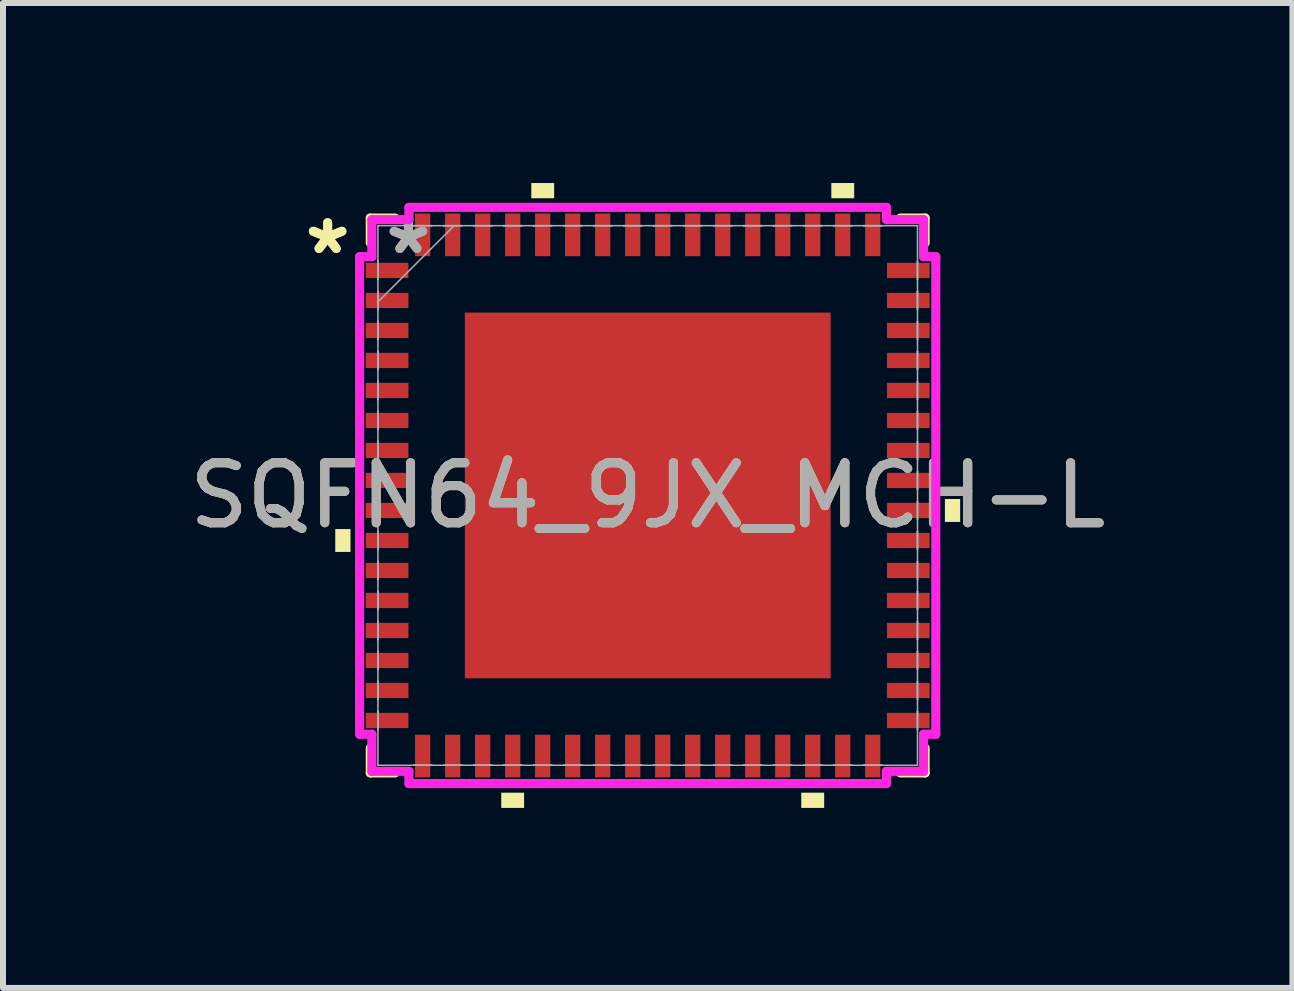
<source format=kicad_pcb>
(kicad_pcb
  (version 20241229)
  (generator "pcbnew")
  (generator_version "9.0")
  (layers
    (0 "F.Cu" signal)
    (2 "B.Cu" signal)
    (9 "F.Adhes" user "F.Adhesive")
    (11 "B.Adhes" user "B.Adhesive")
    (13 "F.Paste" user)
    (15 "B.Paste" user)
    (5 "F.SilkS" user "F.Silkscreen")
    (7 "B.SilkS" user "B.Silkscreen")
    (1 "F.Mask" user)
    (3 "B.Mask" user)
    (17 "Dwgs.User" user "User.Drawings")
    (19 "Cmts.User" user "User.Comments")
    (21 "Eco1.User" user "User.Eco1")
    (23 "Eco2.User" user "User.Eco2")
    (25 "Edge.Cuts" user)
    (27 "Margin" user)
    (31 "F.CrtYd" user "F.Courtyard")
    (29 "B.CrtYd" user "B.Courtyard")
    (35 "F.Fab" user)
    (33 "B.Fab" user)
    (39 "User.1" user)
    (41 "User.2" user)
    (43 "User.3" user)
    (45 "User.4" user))
  (footprint "SQFN64_9JX_MCH-L"
    (layer "F.Cu")
    (at 7.744 5.207)
    (property "Reference" "SQFN64_9JX_MCH-L" (at 0 0 0) (unlocked yes) (layer "F.SilkS") (effects (font (size 1 1) (thickness 0.15))))
    (attr smd)
    (fp_line (start -4.623 -4.623) (end -4.623 -4.21) (stroke (width 0.152) (type solid)) (layer "F.SilkS"))
    (fp_line (start -4.623 4.21) (end -4.623 4.623) (stroke (width 0.152) (type solid)) (layer "F.SilkS"))
    (fp_line (start -4.623 4.623) (end -4.21 4.623) (stroke (width 0.152) (type solid)) (layer "F.SilkS"))
    (fp_line (start -4.21 -4.623) (end -4.623 -4.623) (stroke (width 0.152) (type solid)) (layer "F.SilkS"))
    (fp_line (start 4.21 4.623) (end 4.623 4.623) (stroke (width 0.152) (type solid)) (layer "F.SilkS"))
    (fp_line (start 4.623 -4.623) (end 4.21 -4.623) (stroke (width 0.152) (type solid)) (layer "F.SilkS"))
    (fp_line (start 4.623 -4.21) (end 4.623 -4.623) (stroke (width 0.152) (type solid)) (layer "F.SilkS"))
    (fp_line (start 4.623 4.623) (end 4.623 4.21) (stroke (width 0.152) (type solid)) (layer "F.SilkS"))
    (fp_poly (pts (xy -5.207 0.56) (xy -5.207 0.941) (xy -4.953 0.941) (xy -4.953 0.56)) (stroke (width 0) (type solid)) (fill yes) (layer "F.SilkS"))
    (fp_poly (pts (xy -2.441 4.953) (xy -2.441 5.207) (xy -2.06 5.207) (xy -2.06 4.953)) (stroke (width 0) (type solid)) (fill yes) (layer "F.SilkS"))
    (fp_poly (pts (xy -1.94 -4.953) (xy -1.94 -5.207) (xy -1.559 -5.207) (xy -1.559 -4.953)) (stroke (width 0) (type solid)) (fill yes) (layer "F.SilkS"))
    (fp_poly (pts (xy 2.559 4.953) (xy 2.559 5.207) (xy 2.941 5.207) (xy 2.941 4.953)) (stroke (width 0) (type solid)) (fill yes) (layer "F.SilkS"))
    (fp_poly (pts (xy 3.06 -4.953) (xy 3.06 -5.207) (xy 3.441 -5.207) (xy 3.441 -4.953)) (stroke (width 0) (type solid)) (fill yes) (layer "F.SilkS"))
    (fp_poly (pts (xy 5.207 0.059) (xy 5.207 0.441) (xy 4.953 0.441) (xy 4.953 0.059)) (stroke (width 0) (type solid)) (fill yes) (layer "F.SilkS"))
    (fp_poly (pts (xy -2.948 -2.948) (xy -2.948 -1.624) (xy -1.624 -1.624) (xy -1.624 -2.948)) (stroke (width 0) (type solid)) (fill yes) (layer "F.Paste"))
    (fp_poly (pts (xy -2.948 -1.424) (xy -2.948 -0.1) (xy -1.624 -0.1) (xy -1.624 -1.424)) (stroke (width 0) (type solid)) (fill yes) (layer "F.Paste"))
    (fp_poly (pts (xy -2.948 0.1) (xy -2.948 1.424) (xy -1.624 1.424) (xy -1.624 0.1)) (stroke (width 0) (type solid)) (fill yes) (layer "F.Paste"))
    (fp_poly (pts (xy -2.948 1.624) (xy -2.948 2.948) (xy -1.624 2.948) (xy -1.624 1.624)) (stroke (width 0) (type solid)) (fill yes) (layer "F.Paste"))
    (fp_poly (pts (xy -1.424 -2.948) (xy -1.424 -1.624) (xy -0.1 -1.624) (xy -0.1 -2.948)) (stroke (width 0) (type solid)) (fill yes) (layer "F.Paste"))
    (fp_poly (pts (xy -1.424 -1.424) (xy -1.424 -0.1) (xy -0.1 -0.1) (xy -0.1 -1.424)) (stroke (width 0) (type solid)) (fill yes) (layer "F.Paste"))
    (fp_poly (pts (xy -1.424 0.1) (xy -1.424 1.424) (xy -0.1 1.424) (xy -0.1 0.1)) (stroke (width 0) (type solid)) (fill yes) (layer "F.Paste"))
    (fp_poly (pts (xy -1.424 1.624) (xy -1.424 2.948) (xy -0.1 2.948) (xy -0.1 1.624)) (stroke (width 0) (type solid)) (fill yes) (layer "F.Paste"))
    (fp_poly (pts (xy 0.1 -2.948) (xy 0.1 -1.624) (xy 1.424 -1.624) (xy 1.424 -2.948)) (stroke (width 0) (type solid)) (fill yes) (layer "F.Paste"))
    (fp_poly (pts (xy 0.1 -1.424) (xy 0.1 -0.1) (xy 1.424 -0.1) (xy 1.424 -1.424)) (stroke (width 0) (type solid)) (fill yes) (layer "F.Paste"))
    (fp_poly (pts (xy 0.1 0.1) (xy 0.1 1.424) (xy 1.424 1.424) (xy 1.424 0.1)) (stroke (width 0) (type solid)) (fill yes) (layer "F.Paste"))
    (fp_poly (pts (xy 0.1 1.624) (xy 0.1 2.948) (xy 1.424 2.948) (xy 1.424 1.624)) (stroke (width 0) (type solid)) (fill yes) (layer "F.Paste"))
    (fp_poly (pts (xy 1.624 -2.948) (xy 1.624 -1.624) (xy 2.948 -1.624) (xy 2.948 -2.948)) (stroke (width 0) (type solid)) (fill yes) (layer "F.Paste"))
    (fp_poly (pts (xy 1.624 -1.424) (xy 1.624 -0.1) (xy 2.948 -0.1) (xy 2.948 -1.424)) (stroke (width 0) (type solid)) (fill yes) (layer "F.Paste"))
    (fp_poly (pts (xy 1.624 0.1) (xy 1.624 1.424) (xy 2.948 1.424) (xy 2.948 0.1)) (stroke (width 0) (type solid)) (fill yes) (layer "F.Paste"))
    (fp_poly (pts (xy 1.624 1.624) (xy 1.624 2.948) (xy 2.948 2.948) (xy 2.948 1.624)) (stroke (width 0) (type solid)) (fill yes) (layer "F.Paste"))
    (fp_line (start -4.801 -3.979) (end -4.597 -3.979) (stroke (width 0.152) (type solid)) (layer "F.CrtYd"))
    (fp_line (start -4.801 3.979) (end -4.801 -3.979) (stroke (width 0.152) (type solid)) (layer "F.CrtYd"))
    (fp_line (start -4.597 -4.597) (end -3.979 -4.597) (stroke (width 0.152) (type solid)) (layer "F.CrtYd"))
    (fp_line (start -4.597 -3.979) (end -4.597 -4.597) (stroke (width 0.152) (type solid)) (layer "F.CrtYd"))
    (fp_line (start -4.597 3.979) (end -4.801 3.979) (stroke (width 0.152) (type solid)) (layer "F.CrtYd"))
    (fp_line (start -4.597 4.597) (end -4.597 3.979) (stroke (width 0.152) (type solid)) (layer "F.CrtYd"))
    (fp_line (start -3.979 -4.801) (end 3.979 -4.801) (stroke (width 0.152) (type solid)) (layer "F.CrtYd"))
    (fp_line (start -3.979 -4.597) (end -3.979 -4.801) (stroke (width 0.152) (type solid)) (layer "F.CrtYd"))
    (fp_line (start -3.979 4.597) (end -4.597 4.597) (stroke (width 0.152) (type solid)) (layer "F.CrtYd"))
    (fp_line (start -3.979 4.801) (end -3.979 4.597) (stroke (width 0.152) (type solid)) (layer "F.CrtYd"))
    (fp_line (start 3.979 -4.801) (end 3.979 -4.597) (stroke (width 0.152) (type solid)) (layer "F.CrtYd"))
    (fp_line (start 3.979 -4.597) (end 4.597 -4.597) (stroke (width 0.152) (type solid)) (layer "F.CrtYd"))
    (fp_line (start 3.979 4.597) (end 3.979 4.801) (stroke (width 0.152) (type solid)) (layer "F.CrtYd"))
    (fp_line (start 3.979 4.801) (end -3.979 4.801) (stroke (width 0.152) (type solid)) (layer "F.CrtYd"))
    (fp_line (start 4.597 -4.597) (end 4.597 -3.979) (stroke (width 0.152) (type solid)) (layer "F.CrtYd"))
    (fp_line (start 4.597 -3.979) (end 4.801 -3.979) (stroke (width 0.152) (type solid)) (layer "F.CrtYd"))
    (fp_line (start 4.597 3.979) (end 4.597 4.597) (stroke (width 0.152) (type solid)) (layer "F.CrtYd"))
    (fp_line (start 4.597 4.597) (end 3.979 4.597) (stroke (width 0.152) (type solid)) (layer "F.CrtYd"))
    (fp_line (start 4.801 -3.979) (end 4.801 3.979) (stroke (width 0.152) (type solid)) (layer "F.CrtYd"))
    (fp_line (start 4.801 3.979) (end 4.597 3.979) (stroke (width 0.152) (type solid)) (layer "F.CrtYd"))
    (fp_line (start -4.496 -4.496) (end -4.496 -4.496) (stroke (width 0.025) (type solid)) (layer "F.Fab"))
    (fp_line (start -4.496 -4.496) (end -4.496 4.496) (stroke (width 0.025) (type solid)) (layer "F.Fab"))
    (fp_line (start -4.496 -3.902) (end -4.496 -3.902) (stroke (width 0.025) (type solid)) (layer "F.Fab"))
    (fp_line (start -4.496 -3.902) (end -4.496 -3.598) (stroke (width 0.025) (type solid)) (layer "F.Fab"))
    (fp_line (start -4.496 -3.598) (end -4.496 -3.902) (stroke (width 0.025) (type solid)) (layer "F.Fab"))
    (fp_line (start -4.496 -3.598) (end -4.496 -3.598) (stroke (width 0.025) (type solid)) (layer "F.Fab"))
    (fp_line (start -4.496 -3.402) (end -4.496 -3.402) (stroke (width 0.025) (type solid)) (layer "F.Fab"))
    (fp_line (start -4.496 -3.402) (end -4.496 -3.098) (stroke (width 0.025) (type solid)) (layer "F.Fab"))
    (fp_line (start -4.496 -3.226) (end -3.226 -4.496) (stroke (width 0.025) (type solid)) (layer "F.Fab"))
    (fp_line (start -4.496 -3.098) (end -4.496 -3.402) (stroke (width 0.025) (type solid)) (layer "F.Fab"))
    (fp_line (start -4.496 -3.098) (end -4.496 -3.098) (stroke (width 0.025) (type solid)) (layer "F.Fab"))
    (fp_line (start -4.496 -2.902) (end -4.496 -2.902) (stroke (width 0.025) (type solid)) (layer "F.Fab"))
    (fp_line (start -4.496 -2.902) (end -4.496 -2.598) (stroke (width 0.025) (type solid)) (layer "F.Fab"))
    (fp_line (start -4.496 -2.598) (end -4.496 -2.902) (stroke (width 0.025) (type solid)) (layer "F.Fab"))
    (fp_line (start -4.496 -2.598) (end -4.496 -2.598) (stroke (width 0.025) (type solid)) (layer "F.Fab"))
    (fp_line (start -4.496 -2.402) (end -4.496 -2.402) (stroke (width 0.025) (type solid)) (layer "F.Fab"))
    (fp_line (start -4.496 -2.402) (end -4.496 -2.098) (stroke (width 0.025) (type solid)) (layer "F.Fab"))
    (fp_line (start -4.496 -2.098) (end -4.496 -2.402) (stroke (width 0.025) (type solid)) (layer "F.Fab"))
    (fp_line (start -4.496 -2.098) (end -4.496 -2.098) (stroke (width 0.025) (type solid)) (layer "F.Fab"))
    (fp_line (start -4.496 -1.902) (end -4.496 -1.902) (stroke (width 0.025) (type solid)) (layer "F.Fab"))
    (fp_line (start -4.496 -1.902) (end -4.496 -1.598) (stroke (width 0.025) (type solid)) (layer "F.Fab"))
    (fp_line (start -4.496 -1.598) (end -4.496 -1.902) (stroke (width 0.025) (type solid)) (layer "F.Fab"))
    (fp_line (start -4.496 -1.598) (end -4.496 -1.598) (stroke (width 0.025) (type solid)) (layer "F.Fab"))
    (fp_line (start -4.496 -1.402) (end -4.496 -1.402) (stroke (width 0.025) (type solid)) (layer "F.Fab"))
    (fp_line (start -4.496 -1.402) (end -4.496 -1.098) (stroke (width 0.025) (type solid)) (layer "F.Fab"))
    (fp_line (start -4.496 -1.098) (end -4.496 -1.402) (stroke (width 0.025) (type solid)) (layer "F.Fab"))
    (fp_line (start -4.496 -1.098) (end -4.496 -1.098) (stroke (width 0.025) (type solid)) (layer "F.Fab"))
    (fp_line (start -4.496 -0.902) (end -4.496 -0.902) (stroke (width 0.025) (type solid)) (layer "F.Fab"))
    (fp_line (start -4.496 -0.902) (end -4.496 -0.598) (stroke (width 0.025) (type solid)) (layer "F.Fab"))
    (fp_line (start -4.496 -0.598) (end -4.496 -0.902) (stroke (width 0.025) (type solid)) (layer "F.Fab"))
    (fp_line (start -4.496 -0.598) (end -4.496 -0.598) (stroke (width 0.025) (type solid)) (layer "F.Fab"))
    (fp_line (start -4.496 -0.402) (end -4.496 -0.402) (stroke (width 0.025) (type solid)) (layer "F.Fab"))
    (fp_line (start -4.496 -0.402) (end -4.496 -0.098) (stroke (width 0.025) (type solid)) (layer "F.Fab"))
    (fp_line (start -4.496 -0.098) (end -4.496 -0.402) (stroke (width 0.025) (type solid)) (layer "F.Fab"))
    (fp_line (start -4.496 -0.098) (end -4.496 -0.098) (stroke (width 0.025) (type solid)) (layer "F.Fab"))
    (fp_line (start -4.496 0.098) (end -4.496 0.098) (stroke (width 0.025) (type solid)) (layer "F.Fab"))
    (fp_line (start -4.496 0.098) (end -4.496 0.402) (stroke (width 0.025) (type solid)) (layer "F.Fab"))
    (fp_line (start -4.496 0.402) (end -4.496 0.098) (stroke (width 0.025) (type solid)) (layer "F.Fab"))
    (fp_line (start -4.496 0.402) (end -4.496 0.402) (stroke (width 0.025) (type solid)) (layer "F.Fab"))
    (fp_line (start -4.496 0.598) (end -4.496 0.598) (stroke (width 0.025) (type solid)) (layer "F.Fab"))
    (fp_line (start -4.496 0.598) (end -4.496 0.902) (stroke (width 0.025) (type solid)) (layer "F.Fab"))
    (fp_line (start -4.496 0.902) (end -4.496 0.598) (stroke (width 0.025) (type solid)) (layer "F.Fab"))
    (fp_line (start -4.496 0.902) (end -4.496 0.902) (stroke (width 0.025) (type solid)) (layer "F.Fab"))
    (fp_line (start -4.496 1.098) (end -4.496 1.098) (stroke (width 0.025) (type solid)) (layer "F.Fab"))
    (fp_line (start -4.496 1.098) (end -4.496 1.402) (stroke (width 0.025) (type solid)) (layer "F.Fab"))
    (fp_line (start -4.496 1.402) (end -4.496 1.098) (stroke (width 0.025) (type solid)) (layer "F.Fab"))
    (fp_line (start -4.496 1.402) (end -4.496 1.402) (stroke (width 0.025) (type solid)) (layer "F.Fab"))
    (fp_line (start -4.496 1.598) (end -4.496 1.598) (stroke (width 0.025) (type solid)) (layer "F.Fab"))
    (fp_line (start -4.496 1.598) (end -4.496 1.902) (stroke (width 0.025) (type solid)) (layer "F.Fab"))
    (fp_line (start -4.496 1.902) (end -4.496 1.598) (stroke (width 0.025) (type solid)) (layer "F.Fab"))
    (fp_line (start -4.496 1.902) (end -4.496 1.902) (stroke (width 0.025) (type solid)) (layer "F.Fab"))
    (fp_line (start -4.496 2.098) (end -4.496 2.098) (stroke (width 0.025) (type solid)) (layer "F.Fab"))
    (fp_line (start -4.496 2.098) (end -4.496 2.402) (stroke (width 0.025) (type solid)) (layer "F.Fab"))
    (fp_line (start -4.496 2.402) (end -4.496 2.098) (stroke (width 0.025) (type solid)) (layer "F.Fab"))
    (fp_line (start -4.496 2.402) (end -4.496 2.402) (stroke (width 0.025) (type solid)) (layer "F.Fab"))
    (fp_line (start -4.496 2.598) (end -4.496 2.598) (stroke (width 0.025) (type solid)) (layer "F.Fab"))
    (fp_line (start -4.496 2.598) (end -4.496 2.902) (stroke (width 0.025) (type solid)) (layer "F.Fab"))
    (fp_line (start -4.496 2.902) (end -4.496 2.598) (stroke (width 0.025) (type solid)) (layer "F.Fab"))
    (fp_line (start -4.496 2.902) (end -4.496 2.902) (stroke (width 0.025) (type solid)) (layer "F.Fab"))
    (fp_line (start -4.496 3.098) (end -4.496 3.098) (stroke (width 0.025) (type solid)) (layer "F.Fab"))
    (fp_line (start -4.496 3.098) (end -4.496 3.402) (stroke (width 0.025) (type solid)) (layer "F.Fab"))
    (fp_line (start -4.496 3.402) (end -4.496 3.098) (stroke (width 0.025) (type solid)) (layer "F.Fab"))
    (fp_line (start -4.496 3.402) (end -4.496 3.402) (stroke (width 0.025) (type solid)) (layer "F.Fab"))
    (fp_line (start -4.496 3.598) (end -4.496 3.598) (stroke (width 0.025) (type solid)) (layer "F.Fab"))
    (fp_line (start -4.496 3.598) (end -4.496 3.902) (stroke (width 0.025) (type solid)) (layer "F.Fab"))
    (fp_line (start -4.496 3.902) (end -4.496 3.598) (stroke (width 0.025) (type solid)) (layer "F.Fab"))
    (fp_line (start -4.496 3.902) (end -4.496 3.902) (stroke (width 0.025) (type solid)) (layer "F.Fab"))
    (fp_line (start -4.496 4.496) (end -4.496 4.496) (stroke (width 0.025) (type solid)) (layer "F.Fab"))
    (fp_line (start -4.496 4.496) (end 4.496 4.496) (stroke (width 0.025) (type solid)) (layer "F.Fab"))
    (fp_line (start -3.902 -4.496) (end -3.902 -4.496) (stroke (width 0.025) (type solid)) (layer "F.Fab"))
    (fp_line (start -3.902 -4.496) (end -3.598 -4.496) (stroke (width 0.025) (type solid)) (layer "F.Fab"))
    (fp_line (start -3.902 4.496) (end -3.902 4.496) (stroke (width 0.025) (type solid)) (layer "F.Fab"))
    (fp_line (start -3.902 4.496) (end -3.598 4.496) (stroke (width 0.025) (type solid)) (layer "F.Fab"))
    (fp_line (start -3.598 -4.496) (end -3.902 -4.496) (stroke (width 0.025) (type solid)) (layer "F.Fab"))
    (fp_line (start -3.598 -4.496) (end -3.598 -4.496) (stroke (width 0.025) (type solid)) (layer "F.Fab"))
    (fp_line (start -3.598 4.496) (end -3.902 4.496) (stroke (width 0.025) (type solid)) (layer "F.Fab"))
    (fp_line (start -3.598 4.496) (end -3.598 4.496) (stroke (width 0.025) (type solid)) (layer "F.Fab"))
    (fp_line (start -3.402 -4.496) (end -3.402 -4.496) (stroke (width 0.025) (type solid)) (layer "F.Fab"))
    (fp_line (start -3.402 -4.496) (end -3.098 -4.496) (stroke (width 0.025) (type solid)) (layer "F.Fab"))
    (fp_line (start -3.402 4.496) (end -3.402 4.496) (stroke (width 0.025) (type solid)) (layer "F.Fab"))
    (fp_line (start -3.402 4.496) (end -3.098 4.496) (stroke (width 0.025) (type solid)) (layer "F.Fab"))
    (fp_line (start -3.098 -4.496) (end -3.402 -4.496) (stroke (width 0.025) (type solid)) (layer "F.Fab"))
    (fp_line (start -3.098 -4.496) (end -3.098 -4.496) (stroke (width 0.025) (type solid)) (layer "F.Fab"))
    (fp_line (start -3.098 4.496) (end -3.402 4.496) (stroke (width 0.025) (type solid)) (layer "F.Fab"))
    (fp_line (start -3.098 4.496) (end -3.098 4.496) (stroke (width 0.025) (type solid)) (layer "F.Fab"))
    (fp_line (start -2.902 -4.496) (end -2.902 -4.496) (stroke (width 0.025) (type solid)) (layer "F.Fab"))
    (fp_line (start -2.902 -4.496) (end -2.598 -4.496) (stroke (width 0.025) (type solid)) (layer "F.Fab"))
    (fp_line (start -2.902 4.496) (end -2.902 4.496) (stroke (width 0.025) (type solid)) (layer "F.Fab"))
    (fp_line (start -2.902 4.496) (end -2.598 4.496) (stroke (width 0.025) (type solid)) (layer "F.Fab"))
    (fp_line (start -2.598 -4.496) (end -2.902 -4.496) (stroke (width 0.025) (type solid)) (layer "F.Fab"))
    (fp_line (start -2.598 -4.496) (end -2.598 -4.496) (stroke (width 0.025) (type solid)) (layer "F.Fab"))
    (fp_line (start -2.598 4.496) (end -2.902 4.496) (stroke (width 0.025) (type solid)) (layer "F.Fab"))
    (fp_line (start -2.598 4.496) (end -2.598 4.496) (stroke (width 0.025) (type solid)) (layer "F.Fab"))
    (fp_line (start -2.402 -4.496) (end -2.402 -4.496) (stroke (width 0.025) (type solid)) (layer "F.Fab"))
    (fp_line (start -2.402 -4.496) (end -2.098 -4.496) (stroke (width 0.025) (type solid)) (layer "F.Fab"))
    (fp_line (start -2.402 4.496) (end -2.402 4.496) (stroke (width 0.025) (type solid)) (layer "F.Fab"))
    (fp_line (start -2.402 4.496) (end -2.098 4.496) (stroke (width 0.025) (type solid)) (layer "F.Fab"))
    (fp_line (start -2.098 -4.496) (end -2.402 -4.496) (stroke (width 0.025) (type solid)) (layer "F.Fab"))
    (fp_line (start -2.098 -4.496) (end -2.098 -4.496) (stroke (width 0.025) (type solid)) (layer "F.Fab"))
    (fp_line (start -2.098 4.496) (end -2.402 4.496) (stroke (width 0.025) (type solid)) (layer "F.Fab"))
    (fp_line (start -2.098 4.496) (end -2.098 4.496) (stroke (width 0.025) (type solid)) (layer "F.Fab"))
    (fp_line (start -1.902 -4.496) (end -1.902 -4.496) (stroke (width 0.025) (type solid)) (layer "F.Fab"))
    (fp_line (start -1.902 -4.496) (end -1.598 -4.496) (stroke (width 0.025) (type solid)) (layer "F.Fab"))
    (fp_line (start -1.902 4.496) (end -1.902 4.496) (stroke (width 0.025) (type solid)) (layer "F.Fab"))
    (fp_line (start -1.902 4.496) (end -1.598 4.496) (stroke (width 0.025) (type solid)) (layer "F.Fab"))
    (fp_line (start -1.598 -4.496) (end -1.902 -4.496) (stroke (width 0.025) (type solid)) (layer "F.Fab"))
    (fp_line (start -1.598 -4.496) (end -1.598 -4.496) (stroke (width 0.025) (type solid)) (layer "F.Fab"))
    (fp_line (start -1.598 4.496) (end -1.902 4.496) (stroke (width 0.025) (type solid)) (layer "F.Fab"))
    (fp_line (start -1.598 4.496) (end -1.598 4.496) (stroke (width 0.025) (type solid)) (layer "F.Fab"))
    (fp_line (start -1.402 -4.496) (end -1.402 -4.496) (stroke (width 0.025) (type solid)) (layer "F.Fab"))
    (fp_line (start -1.402 -4.496) (end -1.098 -4.496) (stroke (width 0.025) (type solid)) (layer "F.Fab"))
    (fp_line (start -1.402 4.496) (end -1.402 4.496) (stroke (width 0.025) (type solid)) (layer "F.Fab"))
    (fp_line (start -1.402 4.496) (end -1.098 4.496) (stroke (width 0.025) (type solid)) (layer "F.Fab"))
    (fp_line (start -1.098 -4.496) (end -1.402 -4.496) (stroke (width 0.025) (type solid)) (layer "F.Fab"))
    (fp_line (start -1.098 -4.496) (end -1.098 -4.496) (stroke (width 0.025) (type solid)) (layer "F.Fab"))
    (fp_line (start -1.098 4.496) (end -1.402 4.496) (stroke (width 0.025) (type solid)) (layer "F.Fab"))
    (fp_line (start -1.098 4.496) (end -1.098 4.496) (stroke (width 0.025) (type solid)) (layer "F.Fab"))
    (fp_line (start -0.902 -4.496) (end -0.902 -4.496) (stroke (width 0.025) (type solid)) (layer "F.Fab"))
    (fp_line (start -0.902 -4.496) (end -0.598 -4.496) (stroke (width 0.025) (type solid)) (layer "F.Fab"))
    (fp_line (start -0.902 4.496) (end -0.902 4.496) (stroke (width 0.025) (type solid)) (layer "F.Fab"))
    (fp_line (start -0.902 4.496) (end -0.598 4.496) (stroke (width 0.025) (type solid)) (layer "F.Fab"))
    (fp_line (start -0.598 -4.496) (end -0.902 -4.496) (stroke (width 0.025) (type solid)) (layer "F.Fab"))
    (fp_line (start -0.598 -4.496) (end -0.598 -4.496) (stroke (width 0.025) (type solid)) (layer "F.Fab"))
    (fp_line (start -0.598 4.496) (end -0.902 4.496) (stroke (width 0.025) (type solid)) (layer "F.Fab"))
    (fp_line (start -0.598 4.496) (end -0.598 4.496) (stroke (width 0.025) (type solid)) (layer "F.Fab"))
    (fp_line (start -0.402 -4.496) (end -0.402 -4.496) (stroke (width 0.025) (type solid)) (layer "F.Fab"))
    (fp_line (start -0.402 -4.496) (end -0.098 -4.496) (stroke (width 0.025) (type solid)) (layer "F.Fab"))
    (fp_line (start -0.402 4.496) (end -0.402 4.496) (stroke (width 0.025) (type solid)) (layer "F.Fab"))
    (fp_line (start -0.402 4.496) (end -0.098 4.496) (stroke (width 0.025) (type solid)) (layer "F.Fab"))
    (fp_line (start -0.098 -4.496) (end -0.402 -4.496) (stroke (width 0.025) (type solid)) (layer "F.Fab"))
    (fp_line (start -0.098 -4.496) (end -0.098 -4.496) (stroke (width 0.025) (type solid)) (layer "F.Fab"))
    (fp_line (start -0.098 4.496) (end -0.402 4.496) (stroke (width 0.025) (type solid)) (layer "F.Fab"))
    (fp_line (start -0.098 4.496) (end -0.098 4.496) (stroke (width 0.025) (type solid)) (layer "F.Fab"))
    (fp_line (start 0.098 -4.496) (end 0.098 -4.496) (stroke (width 0.025) (type solid)) (layer "F.Fab"))
    (fp_line (start 0.098 -4.496) (end 0.402 -4.496) (stroke (width 0.025) (type solid)) (layer "F.Fab"))
    (fp_line (start 0.098 4.496) (end 0.098 4.496) (stroke (width 0.025) (type solid)) (layer "F.Fab"))
    (fp_line (start 0.098 4.496) (end 0.402 4.496) (stroke (width 0.025) (type solid)) (layer "F.Fab"))
    (fp_line (start 0.402 -4.496) (end 0.098 -4.496) (stroke (width 0.025) (type solid)) (layer "F.Fab"))
    (fp_line (start 0.402 -4.496) (end 0.402 -4.496) (stroke (width 0.025) (type solid)) (layer "F.Fab"))
    (fp_line (start 0.402 4.496) (end 0.098 4.496) (stroke (width 0.025) (type solid)) (layer "F.Fab"))
    (fp_line (start 0.402 4.496) (end 0.402 4.496) (stroke (width 0.025) (type solid)) (layer "F.Fab"))
    (fp_line (start 0.598 -4.496) (end 0.598 -4.496) (stroke (width 0.025) (type solid)) (layer "F.Fab"))
    (fp_line (start 0.598 -4.496) (end 0.902 -4.496) (stroke (width 0.025) (type solid)) (layer "F.Fab"))
    (fp_line (start 0.598 4.496) (end 0.598 4.496) (stroke (width 0.025) (type solid)) (layer "F.Fab"))
    (fp_line (start 0.598 4.496) (end 0.902 4.496) (stroke (width 0.025) (type solid)) (layer "F.Fab"))
    (fp_line (start 0.902 -4.496) (end 0.598 -4.496) (stroke (width 0.025) (type solid)) (layer "F.Fab"))
    (fp_line (start 0.902 -4.496) (end 0.902 -4.496) (stroke (width 0.025) (type solid)) (layer "F.Fab"))
    (fp_line (start 0.902 4.496) (end 0.598 4.496) (stroke (width 0.025) (type solid)) (layer "F.Fab"))
    (fp_line (start 0.902 4.496) (end 0.902 4.496) (stroke (width 0.025) (type solid)) (layer "F.Fab"))
    (fp_line (start 1.098 -4.496) (end 1.098 -4.496) (stroke (width 0.025) (type solid)) (layer "F.Fab"))
    (fp_line (start 1.098 -4.496) (end 1.402 -4.496) (stroke (width 0.025) (type solid)) (layer "F.Fab"))
    (fp_line (start 1.098 4.496) (end 1.098 4.496) (stroke (width 0.025) (type solid)) (layer "F.Fab"))
    (fp_line (start 1.098 4.496) (end 1.402 4.496) (stroke (width 0.025) (type solid)) (layer "F.Fab"))
    (fp_line (start 1.402 -4.496) (end 1.098 -4.496) (stroke (width 0.025) (type solid)) (layer "F.Fab"))
    (fp_line (start 1.402 -4.496) (end 1.402 -4.496) (stroke (width 0.025) (type solid)) (layer "F.Fab"))
    (fp_line (start 1.402 4.496) (end 1.098 4.496) (stroke (width 0.025) (type solid)) (layer "F.Fab"))
    (fp_line (start 1.402 4.496) (end 1.402 4.496) (stroke (width 0.025) (type solid)) (layer "F.Fab"))
    (fp_line (start 1.598 -4.496) (end 1.598 -4.496) (stroke (width 0.025) (type solid)) (layer "F.Fab"))
    (fp_line (start 1.598 -4.496) (end 1.902 -4.496) (stroke (width 0.025) (type solid)) (layer "F.Fab"))
    (fp_line (start 1.598 4.496) (end 1.598 4.496) (stroke (width 0.025) (type solid)) (layer "F.Fab"))
    (fp_line (start 1.598 4.496) (end 1.902 4.496) (stroke (width 0.025) (type solid)) (layer "F.Fab"))
    (fp_line (start 1.902 -4.496) (end 1.598 -4.496) (stroke (width 0.025) (type solid)) (layer "F.Fab"))
    (fp_line (start 1.902 -4.496) (end 1.902 -4.496) (stroke (width 0.025) (type solid)) (layer "F.Fab"))
    (fp_line (start 1.902 4.496) (end 1.598 4.496) (stroke (width 0.025) (type solid)) (layer "F.Fab"))
    (fp_line (start 1.902 4.496) (end 1.902 4.496) (stroke (width 0.025) (type solid)) (layer "F.Fab"))
    (fp_line (start 2.098 -4.496) (end 2.098 -4.496) (stroke (width 0.025) (type solid)) (layer "F.Fab"))
    (fp_line (start 2.098 -4.496) (end 2.402 -4.496) (stroke (width 0.025) (type solid)) (layer "F.Fab"))
    (fp_line (start 2.098 4.496) (end 2.098 4.496) (stroke (width 0.025) (type solid)) (layer "F.Fab"))
    (fp_line (start 2.098 4.496) (end 2.402 4.496) (stroke (width 0.025) (type solid)) (layer "F.Fab"))
    (fp_line (start 2.402 -4.496) (end 2.098 -4.496) (stroke (width 0.025) (type solid)) (layer "F.Fab"))
    (fp_line (start 2.402 -4.496) (end 2.402 -4.496) (stroke (width 0.025) (type solid)) (layer "F.Fab"))
    (fp_line (start 2.402 4.496) (end 2.098 4.496) (stroke (width 0.025) (type solid)) (layer "F.Fab"))
    (fp_line (start 2.402 4.496) (end 2.402 4.496) (stroke (width 0.025) (type solid)) (layer "F.Fab"))
    (fp_line (start 2.598 -4.496) (end 2.598 -4.496) (stroke (width 0.025) (type solid)) (layer "F.Fab"))
    (fp_line (start 2.598 -4.496) (end 2.902 -4.496) (stroke (width 0.025) (type solid)) (layer "F.Fab"))
    (fp_line (start 2.598 4.496) (end 2.598 4.496) (stroke (width 0.025) (type solid)) (layer "F.Fab"))
    (fp_line (start 2.598 4.496) (end 2.902 4.496) (stroke (width 0.025) (type solid)) (layer "F.Fab"))
    (fp_line (start 2.902 -4.496) (end 2.598 -4.496) (stroke (width 0.025) (type solid)) (layer "F.Fab"))
    (fp_line (start 2.902 -4.496) (end 2.902 -4.496) (stroke (width 0.025) (type solid)) (layer "F.Fab"))
    (fp_line (start 2.902 4.496) (end 2.598 4.496) (stroke (width 0.025) (type solid)) (layer "F.Fab"))
    (fp_line (start 2.902 4.496) (end 2.902 4.496) (stroke (width 0.025) (type solid)) (layer "F.Fab"))
    (fp_line (start 3.098 -4.496) (end 3.098 -4.496) (stroke (width 0.025) (type solid)) (layer "F.Fab"))
    (fp_line (start 3.098 -4.496) (end 3.402 -4.496) (stroke (width 0.025) (type solid)) (layer "F.Fab"))
    (fp_line (start 3.098 4.496) (end 3.098 4.496) (stroke (width 0.025) (type solid)) (layer "F.Fab"))
    (fp_line (start 3.098 4.496) (end 3.402 4.496) (stroke (width 0.025) (type solid)) (layer "F.Fab"))
    (fp_line (start 3.402 -4.496) (end 3.098 -4.496) (stroke (width 0.025) (type solid)) (layer "F.Fab"))
    (fp_line (start 3.402 -4.496) (end 3.402 -4.496) (stroke (width 0.025) (type solid)) (layer "F.Fab"))
    (fp_line (start 3.402 4.496) (end 3.098 4.496) (stroke (width 0.025) (type solid)) (layer "F.Fab"))
    (fp_line (start 3.402 4.496) (end 3.402 4.496) (stroke (width 0.025) (type solid)) (layer "F.Fab"))
    (fp_line (start 3.598 -4.496) (end 3.598 -4.496) (stroke (width 0.025) (type solid)) (layer "F.Fab"))
    (fp_line (start 3.598 -4.496) (end 3.902 -4.496) (stroke (width 0.025) (type solid)) (layer "F.Fab"))
    (fp_line (start 3.598 4.496) (end 3.598 4.496) (stroke (width 0.025) (type solid)) (layer "F.Fab"))
    (fp_line (start 3.598 4.496) (end 3.902 4.496) (stroke (width 0.025) (type solid)) (layer "F.Fab"))
    (fp_line (start 3.902 -4.496) (end 3.598 -4.496) (stroke (width 0.025) (type solid)) (layer "F.Fab"))
    (fp_line (start 3.902 -4.496) (end 3.902 -4.496) (stroke (width 0.025) (type solid)) (layer "F.Fab"))
    (fp_line (start 3.902 4.496) (end 3.598 4.496) (stroke (width 0.025) (type solid)) (layer "F.Fab"))
    (fp_line (start 3.902 4.496) (end 3.902 4.496) (stroke (width 0.025) (type solid)) (layer "F.Fab"))
    (fp_line (start 4.496 -4.496) (end -4.496 -4.496) (stroke (width 0.025) (type solid)) (layer "F.Fab"))
    (fp_line (start 4.496 -4.496) (end 4.496 -4.496) (stroke (width 0.025) (type solid)) (layer "F.Fab"))
    (fp_line (start 4.496 -3.902) (end 4.496 -3.902) (stroke (width 0.025) (type solid)) (layer "F.Fab"))
    (fp_line (start 4.496 -3.902) (end 4.496 -3.598) (stroke (width 0.025) (type solid)) (layer "F.Fab"))
    (fp_line (start 4.496 -3.598) (end 4.496 -3.902) (stroke (width 0.025) (type solid)) (layer "F.Fab"))
    (fp_line (start 4.496 -3.598) (end 4.496 -3.598) (stroke (width 0.025) (type solid)) (layer "F.Fab"))
    (fp_line (start 4.496 -3.402) (end 4.496 -3.402) (stroke (width 0.025) (type solid)) (layer "F.Fab"))
    (fp_line (start 4.496 -3.402) (end 4.496 -3.098) (stroke (width 0.025) (type solid)) (layer "F.Fab"))
    (fp_line (start 4.496 -3.098) (end 4.496 -3.402) (stroke (width 0.025) (type solid)) (layer "F.Fab"))
    (fp_line (start 4.496 -3.098) (end 4.496 -3.098) (stroke (width 0.025) (type solid)) (layer "F.Fab"))
    (fp_line (start 4.496 -2.902) (end 4.496 -2.902) (stroke (width 0.025) (type solid)) (layer "F.Fab"))
    (fp_line (start 4.496 -2.902) (end 4.496 -2.598) (stroke (width 0.025) (type solid)) (layer "F.Fab"))
    (fp_line (start 4.496 -2.598) (end 4.496 -2.902) (stroke (width 0.025) (type solid)) (layer "F.Fab"))
    (fp_line (start 4.496 -2.598) (end 4.496 -2.598) (stroke (width 0.025) (type solid)) (layer "F.Fab"))
    (fp_line (start 4.496 -2.402) (end 4.496 -2.402) (stroke (width 0.025) (type solid)) (layer "F.Fab"))
    (fp_line (start 4.496 -2.402) (end 4.496 -2.098) (stroke (width 0.025) (type solid)) (layer "F.Fab"))
    (fp_line (start 4.496 -2.098) (end 4.496 -2.402) (stroke (width 0.025) (type solid)) (layer "F.Fab"))
    (fp_line (start 4.496 -2.098) (end 4.496 -2.098) (stroke (width 0.025) (type solid)) (layer "F.Fab"))
    (fp_line (start 4.496 -1.902) (end 4.496 -1.902) (stroke (width 0.025) (type solid)) (layer "F.Fab"))
    (fp_line (start 4.496 -1.902) (end 4.496 -1.598) (stroke (width 0.025) (type solid)) (layer "F.Fab"))
    (fp_line (start 4.496 -1.598) (end 4.496 -1.902) (stroke (width 0.025) (type solid)) (layer "F.Fab"))
    (fp_line (start 4.496 -1.598) (end 4.496 -1.598) (stroke (width 0.025) (type solid)) (layer "F.Fab"))
    (fp_line (start 4.496 -1.402) (end 4.496 -1.402) (stroke (width 0.025) (type solid)) (layer "F.Fab"))
    (fp_line (start 4.496 -1.402) (end 4.496 -1.098) (stroke (width 0.025) (type solid)) (layer "F.Fab"))
    (fp_line (start 4.496 -1.098) (end 4.496 -1.402) (stroke (width 0.025) (type solid)) (layer "F.Fab"))
    (fp_line (start 4.496 -1.098) (end 4.496 -1.098) (stroke (width 0.025) (type solid)) (layer "F.Fab"))
    (fp_line (start 4.496 -0.902) (end 4.496 -0.902) (stroke (width 0.025) (type solid)) (layer "F.Fab"))
    (fp_line (start 4.496 -0.902) (end 4.496 -0.598) (stroke (width 0.025) (type solid)) (layer "F.Fab"))
    (fp_line (start 4.496 -0.598) (end 4.496 -0.902) (stroke (width 0.025) (type solid)) (layer "F.Fab"))
    (fp_line (start 4.496 -0.598) (end 4.496 -0.598) (stroke (width 0.025) (type solid)) (layer "F.Fab"))
    (fp_line (start 4.496 -0.402) (end 4.496 -0.402) (stroke (width 0.025) (type solid)) (layer "F.Fab"))
    (fp_line (start 4.496 -0.402) (end 4.496 -0.098) (stroke (width 0.025) (type solid)) (layer "F.Fab"))
    (fp_line (start 4.496 -0.098) (end 4.496 -0.402) (stroke (width 0.025) (type solid)) (layer "F.Fab"))
    (fp_line (start 4.496 -0.098) (end 4.496 -0.098) (stroke (width 0.025) (type solid)) (layer "F.Fab"))
    (fp_line (start 4.496 0.098) (end 4.496 0.098) (stroke (width 0.025) (type solid)) (layer "F.Fab"))
    (fp_line (start 4.496 0.098) (end 4.496 0.402) (stroke (width 0.025) (type solid)) (layer "F.Fab"))
    (fp_line (start 4.496 0.402) (end 4.496 0.098) (stroke (width 0.025) (type solid)) (layer "F.Fab"))
    (fp_line (start 4.496 0.402) (end 4.496 0.402) (stroke (width 0.025) (type solid)) (layer "F.Fab"))
    (fp_line (start 4.496 0.598) (end 4.496 0.598) (stroke (width 0.025) (type solid)) (layer "F.Fab"))
    (fp_line (start 4.496 0.598) (end 4.496 0.902) (stroke (width 0.025) (type solid)) (layer "F.Fab"))
    (fp_line (start 4.496 0.902) (end 4.496 0.598) (stroke (width 0.025) (type solid)) (layer "F.Fab"))
    (fp_line (start 4.496 0.902) (end 4.496 0.902) (stroke (width 0.025) (type solid)) (layer "F.Fab"))
    (fp_line (start 4.496 1.098) (end 4.496 1.098) (stroke (width 0.025) (type solid)) (layer "F.Fab"))
    (fp_line (start 4.496 1.098) (end 4.496 1.402) (stroke (width 0.025) (type solid)) (layer "F.Fab"))
    (fp_line (start 4.496 1.402) (end 4.496 1.098) (stroke (width 0.025) (type solid)) (layer "F.Fab"))
    (fp_line (start 4.496 1.402) (end 4.496 1.402) (stroke (width 0.025) (type solid)) (layer "F.Fab"))
    (fp_line (start 4.496 1.598) (end 4.496 1.598) (stroke (width 0.025) (type solid)) (layer "F.Fab"))
    (fp_line (start 4.496 1.598) (end 4.496 1.902) (stroke (width 0.025) (type solid)) (layer "F.Fab"))
    (fp_line (start 4.496 1.902) (end 4.496 1.598) (stroke (width 0.025) (type solid)) (layer "F.Fab"))
    (fp_line (start 4.496 1.902) (end 4.496 1.902) (stroke (width 0.025) (type solid)) (layer "F.Fab"))
    (fp_line (start 4.496 2.098) (end 4.496 2.098) (stroke (width 0.025) (type solid)) (layer "F.Fab"))
    (fp_line (start 4.496 2.098) (end 4.496 2.402) (stroke (width 0.025) (type solid)) (layer "F.Fab"))
    (fp_line (start 4.496 2.402) (end 4.496 2.098) (stroke (width 0.025) (type solid)) (layer "F.Fab"))
    (fp_line (start 4.496 2.402) (end 4.496 2.402) (stroke (width 0.025) (type solid)) (layer "F.Fab"))
    (fp_line (start 4.496 2.598) (end 4.496 2.598) (stroke (width 0.025) (type solid)) (layer "F.Fab"))
    (fp_line (start 4.496 2.598) (end 4.496 2.902) (stroke (width 0.025) (type solid)) (layer "F.Fab"))
    (fp_line (start 4.496 2.902) (end 4.496 2.598) (stroke (width 0.025) (type solid)) (layer "F.Fab"))
    (fp_line (start 4.496 2.902) (end 4.496 2.902) (stroke (width 0.025) (type solid)) (layer "F.Fab"))
    (fp_line (start 4.496 3.098) (end 4.496 3.098) (stroke (width 0.025) (type solid)) (layer "F.Fab"))
    (fp_line (start 4.496 3.098) (end 4.496 3.402) (stroke (width 0.025) (type solid)) (layer "F.Fab"))
    (fp_line (start 4.496 3.402) (end 4.496 3.098) (stroke (width 0.025) (type solid)) (layer "F.Fab"))
    (fp_line (start 4.496 3.402) (end 4.496 3.402) (stroke (width 0.025) (type solid)) (layer "F.Fab"))
    (fp_line (start 4.496 3.598) (end 4.496 3.598) (stroke (width 0.025) (type solid)) (layer "F.Fab"))
    (fp_line (start 4.496 3.598) (end 4.496 3.902) (stroke (width 0.025) (type solid)) (layer "F.Fab"))
    (fp_line (start 4.496 3.902) (end 4.496 3.598) (stroke (width 0.025) (type solid)) (layer "F.Fab"))
    (fp_line (start 4.496 3.902) (end 4.496 3.902) (stroke (width 0.025) (type solid)) (layer "F.Fab"))
    (fp_line (start 4.496 4.496) (end 4.496 -4.496) (stroke (width 0.025) (type solid)) (layer "F.Fab"))
    (fp_line (start 4.496 4.496) (end 4.496 4.496) (stroke (width 0.025) (type solid)) (layer "F.Fab"))
    (fp_text user "*" (at -5.334 -4 0) (unlocked yes) (layer "F.SilkS") (effects (font (size 1 1) (thickness 0.15))))
    (fp_text user "*" (at -5.334 -4 0) (layer "F.SilkS") (effects (font (size 1 1) (thickness 0.15))))
    (fp_text user "*" (at -3.988 -4 0) (layer "F.Fab") (effects (font (size 1 1) (thickness 0.15))))
    (fp_text user "*" (at -3.988 -4 0) (unlocked yes) (layer "F.Fab") (effects (font (size 1 1) (thickness 0.15))))
    (fp_text user "${REFERENCE}" (at 0 0 0) (unlocked yes) (layer "F.Fab") (effects (font (size 1 1) (thickness 0.15))))
    (pad "1" smd rect (at -4.343 -3.75 90) (size 0.254 0.711) (layers "F.Cu" "F.Mask" "F.Paste"))
    (pad "2" smd rect (at -4.343 -3.25 90) (size 0.254 0.711) (layers "F.Cu" "F.Mask" "F.Paste"))
    (pad "3" smd rect (at -4.343 -2.75 90) (size 0.254 0.711) (layers "F.Cu" "F.Mask" "F.Paste"))
    (pad "4" smd rect (at -4.343 -2.25 90) (size 0.254 0.711) (layers "F.Cu" "F.Mask" "F.Paste"))
    (pad "5" smd rect (at -4.343 -1.75 90) (size 0.254 0.711) (layers "F.Cu" "F.Mask" "F.Paste"))
    (pad "6" smd rect (at -4.343 -1.25 90) (size 0.254 0.711) (layers "F.Cu" "F.Mask" "F.Paste"))
    (pad "7" smd rect (at -4.343 -0.75 90) (size 0.254 0.711) (layers "F.Cu" "F.Mask" "F.Paste"))
    (pad "8" smd rect (at -4.343 -0.25 90) (size 0.254 0.711) (layers "F.Cu" "F.Mask" "F.Paste"))
    (pad "9" smd rect (at -4.343 0.25 90) (size 0.254 0.711) (layers "F.Cu" "F.Mask" "F.Paste"))
    (pad "10" smd rect (at -4.343 0.75 90) (size 0.254 0.711) (layers "F.Cu" "F.Mask" "F.Paste"))
    (pad "11" smd rect (at -4.343 1.25 90) (size 0.254 0.711) (layers "F.Cu" "F.Mask" "F.Paste"))
    (pad "12" smd rect (at -4.343 1.75 90) (size 0.254 0.711) (layers "F.Cu" "F.Mask" "F.Paste"))
    (pad "13" smd rect (at -4.343 2.25 90) (size 0.254 0.711) (layers "F.Cu" "F.Mask" "F.Paste"))
    (pad "14" smd rect (at -4.343 2.75 90) (size 0.254 0.711) (layers "F.Cu" "F.Mask" "F.Paste"))
    (pad "15" smd rect (at -4.343 3.25 90) (size 0.254 0.711) (layers "F.Cu" "F.Mask" "F.Paste"))
    (pad "16" smd rect (at -4.343 3.75 90) (size 0.254 0.711) (layers "F.Cu" "F.Mask" "F.Paste"))
    (pad "17" smd rect (at -3.75 4.343) (size 0.254 0.711) (layers "F.Cu" "F.Mask" "F.Paste"))
    (pad "18" smd rect (at -3.25 4.343) (size 0.254 0.711) (layers "F.Cu" "F.Mask" "F.Paste"))
    (pad "19" smd rect (at -2.75 4.343) (size 0.254 0.711) (layers "F.Cu" "F.Mask" "F.Paste"))
    (pad "20" smd rect (at -2.25 4.343) (size 0.254 0.711) (layers "F.Cu" "F.Mask" "F.Paste"))
    (pad "21" smd rect (at -1.75 4.343) (size 0.254 0.711) (layers "F.Cu" "F.Mask" "F.Paste"))
    (pad "22" smd rect (at -1.25 4.343) (size 0.254 0.711) (layers "F.Cu" "F.Mask" "F.Paste"))
    (pad "23" smd rect (at -0.75 4.343) (size 0.254 0.711) (layers "F.Cu" "F.Mask" "F.Paste"))
    (pad "24" smd rect (at -0.25 4.343) (size 0.254 0.711) (layers "F.Cu" "F.Mask" "F.Paste"))
    (pad "25" smd rect (at 0.25 4.343) (size 0.254 0.711) (layers "F.Cu" "F.Mask" "F.Paste"))
    (pad "26" smd rect (at 0.75 4.343) (size 0.254 0.711) (layers "F.Cu" "F.Mask" "F.Paste"))
    (pad "27" smd rect (at 1.25 4.343) (size 0.254 0.711) (layers "F.Cu" "F.Mask" "F.Paste"))
    (pad "28" smd rect (at 1.75 4.343) (size 0.254 0.711) (layers "F.Cu" "F.Mask" "F.Paste"))
    (pad "29" smd rect (at 2.25 4.343) (size 0.254 0.711) (layers "F.Cu" "F.Mask" "F.Paste"))
    (pad "30" smd rect (at 2.75 4.343) (size 0.254 0.711) (layers "F.Cu" "F.Mask" "F.Paste"))
    (pad "31" smd rect (at 3.25 4.343) (size 0.254 0.711) (layers "F.Cu" "F.Mask" "F.Paste"))
    (pad "32" smd rect (at 3.75 4.343) (size 0.254 0.711) (layers "F.Cu" "F.Mask" "F.Paste"))
    (pad "33" smd rect (at 4.343 3.75 90) (size 0.254 0.711) (layers "F.Cu" "F.Mask" "F.Paste"))
    (pad "34" smd rect (at 4.343 3.25 90) (size 0.254 0.711) (layers "F.Cu" "F.Mask" "F.Paste"))
    (pad "35" smd rect (at 4.343 2.75 90) (size 0.254 0.711) (layers "F.Cu" "F.Mask" "F.Paste"))
    (pad "36" smd rect (at 4.343 2.25 90) (size 0.254 0.711) (layers "F.Cu" "F.Mask" "F.Paste"))
    (pad "37" smd rect (at 4.343 1.75 90) (size 0.254 0.711) (layers "F.Cu" "F.Mask" "F.Paste"))
    (pad "38" smd rect (at 4.343 1.25 90) (size 0.254 0.711) (layers "F.Cu" "F.Mask" "F.Paste"))
    (pad "39" smd rect (at 4.343 0.75 90) (size 0.254 0.711) (layers "F.Cu" "F.Mask" "F.Paste"))
    (pad "40" smd rect (at 4.343 0.25 90) (size 0.254 0.711) (layers "F.Cu" "F.Mask" "F.Paste"))
    (pad "41" smd rect (at 4.343 -0.25 90) (size 0.254 0.711) (layers "F.Cu" "F.Mask" "F.Paste"))
    (pad "42" smd rect (at 4.343 -0.75 90) (size 0.254 0.711) (layers "F.Cu" "F.Mask" "F.Paste"))
    (pad "43" smd rect (at 4.343 -1.25 90) (size 0.254 0.711) (layers "F.Cu" "F.Mask" "F.Paste"))
    (pad "44" smd rect (at 4.343 -1.75 90) (size 0.254 0.711) (layers "F.Cu" "F.Mask" "F.Paste"))
    (pad "45" smd rect (at 4.343 -2.25 90) (size 0.254 0.711) (layers "F.Cu" "F.Mask" "F.Paste"))
    (pad "46" smd rect (at 4.343 -2.75 90) (size 0.254 0.711) (layers "F.Cu" "F.Mask" "F.Paste"))
    (pad "47" smd rect (at 4.343 -3.25 90) (size 0.254 0.711) (layers "F.Cu" "F.Mask" "F.Paste"))
    (pad "48" smd rect (at 4.343 -3.75 90) (size 0.254 0.711) (layers "F.Cu" "F.Mask" "F.Paste"))
    (pad "49" smd rect (at 3.75 -4.343) (size 0.254 0.711) (layers "F.Cu" "F.Mask" "F.Paste"))
    (pad "50" smd rect (at 3.25 -4.343) (size 0.254 0.711) (layers "F.Cu" "F.Mask" "F.Paste"))
    (pad "51" smd rect (at 2.75 -4.343) (size 0.254 0.711) (layers "F.Cu" "F.Mask" "F.Paste"))
    (pad "52" smd rect (at 2.25 -4.343) (size 0.254 0.711) (layers "F.Cu" "F.Mask" "F.Paste"))
    (pad "53" smd rect (at 1.75 -4.343) (size 0.254 0.711) (layers "F.Cu" "F.Mask" "F.Paste"))
    (pad "54" smd rect (at 1.25 -4.343) (size 0.254 0.711) (layers "F.Cu" "F.Mask" "F.Paste"))
    (pad "55" smd rect (at 0.75 -4.343) (size 0.254 0.711) (layers "F.Cu" "F.Mask" "F.Paste"))
    (pad "56" smd rect (at 0.25 -4.343) (size 0.254 0.711) (layers "F.Cu" "F.Mask" "F.Paste"))
    (pad "57" smd rect (at -0.25 -4.343) (size 0.254 0.711) (layers "F.Cu" "F.Mask" "F.Paste"))
    (pad "58" smd rect (at -0.75 -4.343) (size 0.254 0.711) (layers "F.Cu" "F.Mask" "F.Paste"))
    (pad "59" smd rect (at -1.25 -4.343) (size 0.254 0.711) (layers "F.Cu" "F.Mask" "F.Paste"))
    (pad "60" smd rect (at -1.75 -4.343) (size 0.254 0.711) (layers "F.Cu" "F.Mask" "F.Paste"))
    (pad "61" smd rect (at -2.25 -4.343) (size 0.254 0.711) (layers "F.Cu" "F.Mask" "F.Paste"))
    (pad "62" smd rect (at -2.75 -4.343) (size 0.254 0.711) (layers "F.Cu" "F.Mask" "F.Paste"))
    (pad "63" smd rect (at -3.25 -4.343) (size 0.254 0.711) (layers "F.Cu" "F.Mask" "F.Paste"))
    (pad "64" smd rect (at -3.75 -4.343) (size 0.254 0.711) (layers "F.Cu" "F.Mask" "F.Paste"))
    (pad "65" smd rect (at 0 0) (size 6.096 6.096) (layers "F.Cu" "F.Mask" "F.Paste")))
  (gr_rect
    (start -3 -3)
    (end 18.488 13.414)
    (stroke (width 0.1) (type default))
    (fill no)
    (layer "Edge.Cuts")))
</source>
